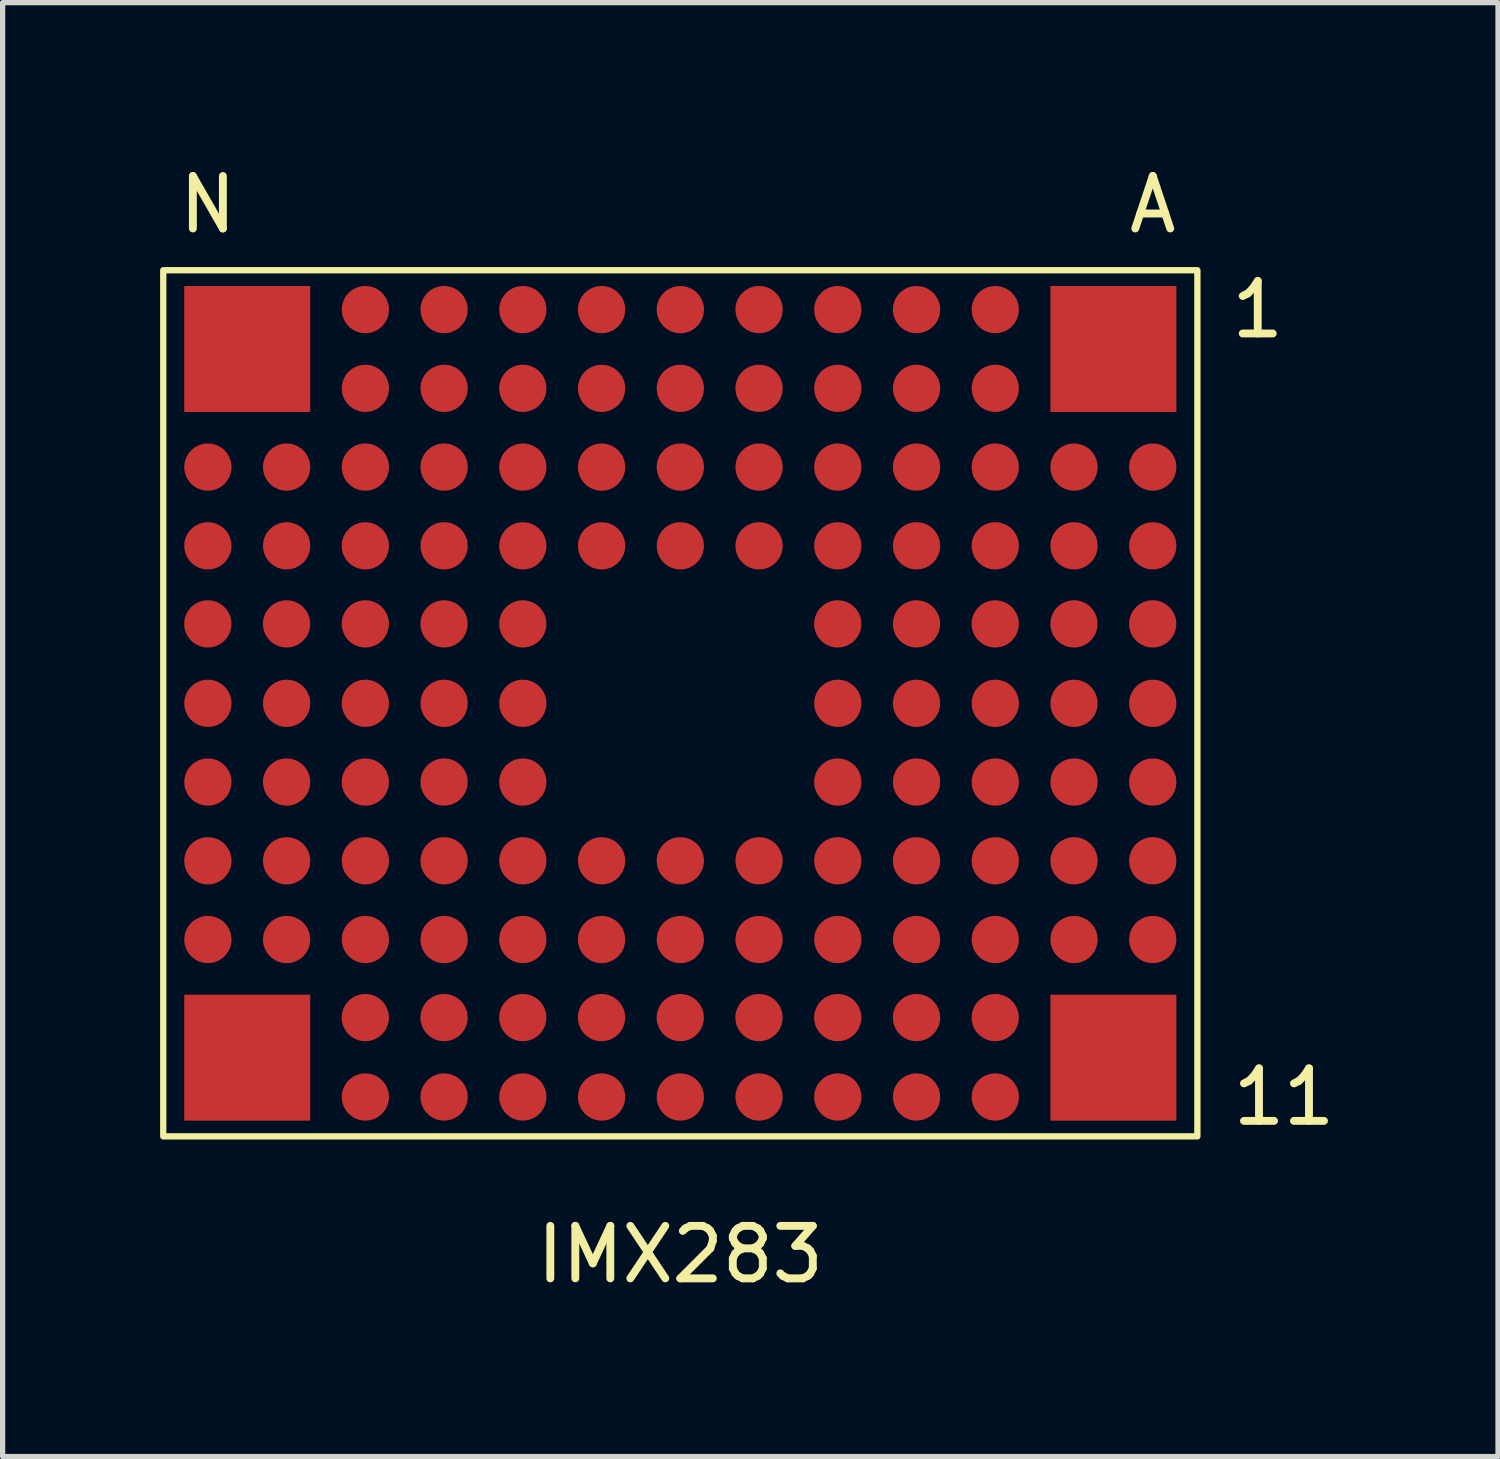
<source format=kicad_pcb>
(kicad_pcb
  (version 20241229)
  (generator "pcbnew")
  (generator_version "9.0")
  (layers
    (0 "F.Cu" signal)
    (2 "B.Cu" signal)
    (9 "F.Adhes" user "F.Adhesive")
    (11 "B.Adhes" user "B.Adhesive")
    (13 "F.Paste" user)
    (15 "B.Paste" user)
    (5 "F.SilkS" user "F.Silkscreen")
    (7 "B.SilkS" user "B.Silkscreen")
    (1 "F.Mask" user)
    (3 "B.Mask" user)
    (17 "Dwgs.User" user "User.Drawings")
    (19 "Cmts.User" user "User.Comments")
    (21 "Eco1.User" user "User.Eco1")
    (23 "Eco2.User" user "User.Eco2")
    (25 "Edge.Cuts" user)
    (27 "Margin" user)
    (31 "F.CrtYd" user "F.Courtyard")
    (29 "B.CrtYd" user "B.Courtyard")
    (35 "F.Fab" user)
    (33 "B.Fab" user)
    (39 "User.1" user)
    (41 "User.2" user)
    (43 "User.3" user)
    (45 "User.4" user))
  (footprint "IMX283"
    (layer "F.Cu")
    (at 9.91 10.348)
    (property "Reference" "IMX283" (at 0 10.5 0) (unlocked yes) (layer "F.SilkS") (effects (font (size 1 1) (thickness 0.15))))
    (attr smd)
    (fp_rect (start -9.85 -8.25) (end 9.85 8.25) (stroke (width 0.12) (type solid)) (fill no) (layer "F.SilkS"))
    (fp_text user "1" (at 11 -7.5 0) (unlocked yes) (layer "F.SilkS") (effects (font (size 1 1) (thickness 0.15))))
    (fp_text user "11" (at 11.5 7.5 0) (unlocked yes) (layer "F.SilkS") (effects (font (size 1 1) (thickness 0.15))))
    (fp_text user "A" (at 9 -9.5 0) (unlocked yes) (layer "F.SilkS") (effects (font (size 1 1) (thickness 0.15))))
    (fp_text user "N" (at -9 -9.5 0) (unlocked yes) (layer "F.SilkS") (effects (font (size 1 1) (thickness 0.15))))
    (pad "A3" smd circle (at 9 -4.5) (size 0.9 0.9) (layers "F.Cu" "F.Mask" "F.Paste"))
    (pad "A4" smd circle (at 9 -3) (size 0.9 0.9) (layers "F.Cu" "F.Mask" "F.Paste"))
    (pad "A5" smd circle (at 8.999 -1.513) (size 0.9 0.9) (layers "F.Cu" "F.Mask" "F.Paste"))
    (pad "A6" smd circle (at 9 0) (size 0.9 0.9) (layers "F.Cu" "F.Mask" "F.Paste"))
    (pad "A7" smd circle (at 9 1.5) (size 0.9 0.9) (layers "F.Cu" "F.Mask" "F.Paste"))
    (pad "A8" smd circle (at 9 3) (size 0.9 0.9) (layers "F.Cu" "F.Mask" "F.Paste"))
    (pad "A9" smd circle (at 9 4.5) (size 0.9 0.9) (layers "F.Cu" "F.Mask" "F.Paste"))
    (pad "B3" smd circle (at 7.5 -4.5) (size 0.9 0.9) (layers "F.Cu" "F.Mask" "F.Paste"))
    (pad "B4" smd circle (at 7.5 -3) (size 0.9 0.9) (layers "F.Cu" "F.Mask" "F.Paste"))
    (pad "B5" smd circle (at 7.499 -1.513) (size 0.9 0.9) (layers "F.Cu" "F.Mask" "F.Paste"))
    (pad "B6" smd circle (at 7.5 0) (size 0.9 0.9) (layers "F.Cu" "F.Mask" "F.Paste"))
    (pad "B7" smd circle (at 7.5 1.5) (size 0.9 0.9) (layers "F.Cu" "F.Mask" "F.Paste"))
    (pad "B8" smd circle (at 7.5 3) (size 0.9 0.9) (layers "F.Cu" "F.Mask" "F.Paste"))
    (pad "B9" smd circle (at 7.5 4.5) (size 0.9 0.9) (layers "F.Cu" "F.Mask" "F.Paste"))
    (pad "C1" smd circle (at 6 -7.5) (size 0.9 0.9) (layers "F.Cu" "F.Mask" "F.Paste"))
    (pad "C2" smd circle (at 6 -6) (size 0.9 0.9) (layers "F.Cu" "F.Mask" "F.Paste"))
    (pad "C3" smd circle (at 6 -4.5) (size 0.9 0.9) (layers "F.Cu" "F.Mask" "F.Paste"))
    (pad "C4" smd circle (at 6 -3) (size 0.9 0.9) (layers "F.Cu" "F.Mask" "F.Paste"))
    (pad "C5" smd circle (at 5.999 -1.513) (size 0.9 0.9) (layers "F.Cu" "F.Mask" "F.Paste"))
    (pad "C6" smd circle (at 6 0) (size 0.9 0.9) (layers "F.Cu" "F.Mask" "F.Paste"))
    (pad "C7" smd circle (at 6 1.5) (size 0.9 0.9) (layers "F.Cu" "F.Mask" "F.Paste"))
    (pad "C8" smd circle (at 6 3) (size 0.9 0.9) (layers "F.Cu" "F.Mask" "F.Paste"))
    (pad "C9" smd circle (at 6 4.5) (size 0.9 0.9) (layers "F.Cu" "F.Mask" "F.Paste"))
    (pad "C10" smd circle (at 5.999 5.987) (size 0.9 0.9) (layers "F.Cu" "F.Mask" "F.Paste"))
    (pad "C11" smd circle (at 6 7.5) (size 0.9 0.9) (layers "F.Cu" "F.Mask" "F.Paste"))
    (pad "D1" smd circle (at 4.5 -7.5) (size 0.9 0.9) (layers "F.Cu" "F.Mask" "F.Paste"))
    (pad "D2" smd circle (at 4.5 -6) (size 0.9 0.9) (layers "F.Cu" "F.Mask" "F.Paste"))
    (pad "D3" smd circle (at 4.5 -4.5) (size 0.9 0.9) (layers "F.Cu" "F.Mask" "F.Paste"))
    (pad "D4" smd circle (at 4.5 -3) (size 0.9 0.9) (layers "F.Cu" "F.Mask" "F.Paste"))
    (pad "D5" smd circle (at 4.499 -1.513) (size 0.9 0.9) (layers "F.Cu" "F.Mask" "F.Paste"))
    (pad "D6" smd circle (at 4.5 0) (size 0.9 0.9) (layers "F.Cu" "F.Mask" "F.Paste"))
    (pad "D7" smd circle (at 4.5 1.5) (size 0.9 0.9) (layers "F.Cu" "F.Mask" "F.Paste"))
    (pad "D8" smd circle (at 4.5 3) (size 0.9 0.9) (layers "F.Cu" "F.Mask" "F.Paste"))
    (pad "D9" smd circle (at 4.5 4.5) (size 0.9 0.9) (layers "F.Cu" "F.Mask" "F.Paste"))
    (pad "D10" smd circle (at 4.499 5.987) (size 0.9 0.9) (layers "F.Cu" "F.Mask" "F.Paste"))
    (pad "D11" smd circle (at 4.5 7.5) (size 0.9 0.9) (layers "F.Cu" "F.Mask" "F.Paste"))
    (pad "E1" smd circle (at 3 -7.5) (size 0.9 0.9) (layers "F.Cu" "F.Mask" "F.Paste"))
    (pad "E2" smd circle (at 3 -6) (size 0.9 0.9) (layers "F.Cu" "F.Mask" "F.Paste"))
    (pad "E3" smd circle (at 3 -4.5) (size 0.9 0.9) (layers "F.Cu" "F.Mask" "F.Paste"))
    (pad "E4" smd circle (at 3 -3) (size 0.9 0.9) (layers "F.Cu" "F.Mask" "F.Paste"))
    (pad "E5" smd circle (at 2.999 -1.513) (size 0.9 0.9) (layers "F.Cu" "F.Mask" "F.Paste"))
    (pad "E6" smd circle (at 3 0) (size 0.9 0.9) (layers "F.Cu" "F.Mask" "F.Paste"))
    (pad "E7" smd circle (at 3 1.5) (size 0.9 0.9) (layers "F.Cu" "F.Mask" "F.Paste"))
    (pad "E8" smd circle (at 3 3) (size 0.9 0.9) (layers "F.Cu" "F.Mask" "F.Paste"))
    (pad "E9" smd circle (at 3 4.5) (size 0.9 0.9) (layers "F.Cu" "F.Mask" "F.Paste"))
    (pad "E10" smd circle (at 2.999 5.987) (size 0.9 0.9) (layers "F.Cu" "F.Mask" "F.Paste"))
    (pad "E11" smd circle (at 3 7.5) (size 0.9 0.9) (layers "F.Cu" "F.Mask" "F.Paste"))
    (pad "F1" smd circle (at 1.5 -7.5) (size 0.9 0.9) (layers "F.Cu" "F.Mask" "F.Paste"))
    (pad "F2" smd circle (at 1.5 -6) (size 0.9 0.9) (layers "F.Cu" "F.Mask" "F.Paste"))
    (pad "F3" smd circle (at 1.5 -4.5) (size 0.9 0.9) (layers "F.Cu" "F.Mask" "F.Paste"))
    (pad "F4" smd circle (at 1.5 -3) (size 0.9 0.9) (layers "F.Cu" "F.Mask" "F.Paste"))
    (pad "F8" smd circle (at 1.5 3) (size 0.9 0.9) (layers "F.Cu" "F.Mask" "F.Paste"))
    (pad "F9" smd circle (at 1.5 4.5) (size 0.9 0.9) (layers "F.Cu" "F.Mask" "F.Paste"))
    (pad "F10" smd circle (at 1.499 5.987) (size 0.9 0.9) (layers "F.Cu" "F.Mask" "F.Paste"))
    (pad "F11" smd circle (at 1.5 7.5) (size 0.9 0.9) (layers "F.Cu" "F.Mask" "F.Paste"))
    (pad "G1" smd circle (at 0 -7.5) (size 0.9 0.9) (layers "F.Cu" "F.Mask" "F.Paste"))
    (pad "G2" smd circle (at 0 -6) (size 0.9 0.9) (layers "F.Cu" "F.Mask" "F.Paste"))
    (pad "G3" smd circle (at 0 -4.5) (size 0.9 0.9) (layers "F.Cu" "F.Mask" "F.Paste"))
    (pad "G4" smd circle (at 0 -3) (size 0.9 0.9) (layers "F.Cu" "F.Mask" "F.Paste"))
    (pad "G8" smd circle (at 0 3) (size 0.9 0.9) (layers "F.Cu" "F.Mask" "F.Paste"))
    (pad "G9" smd circle (at 0 4.5) (size 0.9 0.9) (layers "F.Cu" "F.Mask" "F.Paste"))
    (pad "G10" smd circle (at -0.001 5.987) (size 0.9 0.9) (layers "F.Cu" "F.Mask" "F.Paste"))
    (pad "G11" smd circle (at 0 7.5) (size 0.9 0.9) (layers "F.Cu" "F.Mask" "F.Paste"))
    (pad "H1" smd circle (at -1.5 -7.5) (size 0.9 0.9) (layers "F.Cu" "F.Mask" "F.Paste"))
    (pad "H2" smd circle (at -1.5 -6) (size 0.9 0.9) (layers "F.Cu" "F.Mask" "F.Paste"))
    (pad "H3" smd circle (at -1.5 -4.5) (size 0.9 0.9) (layers "F.Cu" "F.Mask" "F.Paste"))
    (pad "H4" smd circle (at -1.5 -3) (size 0.9 0.9) (layers "F.Cu" "F.Mask" "F.Paste"))
    (pad "H8" smd circle (at -1.5 3) (size 0.9 0.9) (layers "F.Cu" "F.Mask" "F.Paste"))
    (pad "H9" smd circle (at -1.5 4.5) (size 0.9 0.9) (layers "F.Cu" "F.Mask" "F.Paste"))
    (pad "H10" smd circle (at -1.501 5.987) (size 0.9 0.9) (layers "F.Cu" "F.Mask" "F.Paste"))
    (pad "H11" smd circle (at -1.5 7.5) (size 0.9 0.9) (layers "F.Cu" "F.Mask" "F.Paste"))
    (pad "J1" smd circle (at -3 -7.5) (size 0.9 0.9) (layers "F.Cu" "F.Mask" "F.Paste"))
    (pad "J2" smd circle (at -3 -6) (size 0.9 0.9) (layers "F.Cu" "F.Mask" "F.Paste"))
    (pad "J3" smd circle (at -3 -4.5) (size 0.9 0.9) (layers "F.Cu" "F.Mask" "F.Paste"))
    (pad "J4" smd circle (at -3 -3) (size 0.9 0.9) (layers "F.Cu" "F.Mask" "F.Paste"))
    (pad "J5" smd circle (at -3.001 -1.513) (size 0.9 0.9) (layers "F.Cu" "F.Mask" "F.Paste"))
    (pad "J6" smd circle (at -3 0) (size 0.9 0.9) (layers "F.Cu" "F.Mask" "F.Paste"))
    (pad "J7" smd circle (at -3 1.5) (size 0.9 0.9) (layers "F.Cu" "F.Mask" "F.Paste"))
    (pad "J8" smd circle (at -3 3) (size 0.9 0.9) (layers "F.Cu" "F.Mask" "F.Paste"))
    (pad "J9" smd circle (at -3 4.5) (size 0.9 0.9) (layers "F.Cu" "F.Mask" "F.Paste"))
    (pad "J10" smd circle (at -3.001 5.987) (size 0.9 0.9) (layers "F.Cu" "F.Mask" "F.Paste"))
    (pad "J11" smd circle (at -3 7.5) (size 0.9 0.9) (layers "F.Cu" "F.Mask" "F.Paste"))
    (pad "K1" smd circle (at -4.5 -7.5) (size 0.9 0.9) (layers "F.Cu" "F.Mask" "F.Paste"))
    (pad "K2" smd circle (at -4.5 -6) (size 0.9 0.9) (layers "F.Cu" "F.Mask" "F.Paste"))
    (pad "K3" smd circle (at -4.5 -4.5) (size 0.9 0.9) (layers "F.Cu" "F.Mask" "F.Paste"))
    (pad "K4" smd circle (at -4.5 -3) (size 0.9 0.9) (layers "F.Cu" "F.Mask" "F.Paste"))
    (pad "K5" smd circle (at -4.501 -1.513) (size 0.9 0.9) (layers "F.Cu" "F.Mask" "F.Paste"))
    (pad "K6" smd circle (at -4.5 0) (size 0.9 0.9) (layers "F.Cu" "F.Mask" "F.Paste"))
    (pad "K7" smd circle (at -4.5 1.5) (size 0.9 0.9) (layers "F.Cu" "F.Mask" "F.Paste"))
    (pad "K8" smd circle (at -4.5 3) (size 0.9 0.9) (layers "F.Cu" "F.Mask" "F.Paste"))
    (pad "K9" smd circle (at -4.5 4.5) (size 0.9 0.9) (layers "F.Cu" "F.Mask" "F.Paste"))
    (pad "K10" smd circle (at -4.501 5.987) (size 0.9 0.9) (layers "F.Cu" "F.Mask" "F.Paste"))
    (pad "K11" smd circle (at -4.5 7.5) (size 0.9 0.9) (layers "F.Cu" "F.Mask" "F.Paste"))
    (pad "L1" smd circle (at -6 -7.5) (size 0.9 0.9) (layers "F.Cu" "F.Mask" "F.Paste"))
    (pad "L2" smd circle (at -6 -6) (size 0.9 0.9) (layers "F.Cu" "F.Mask" "F.Paste"))
    (pad "L3" smd circle (at -6 -4.5) (size 0.9 0.9) (layers "F.Cu" "F.Mask" "F.Paste"))
    (pad "L4" smd circle (at -6 -3) (size 0.9 0.9) (layers "F.Cu" "F.Mask" "F.Paste"))
    (pad "L5" smd circle (at -6.001 -1.513) (size 0.9 0.9) (layers "F.Cu" "F.Mask" "F.Paste"))
    (pad "L6" smd circle (at -6 0) (size 0.9 0.9) (layers "F.Cu" "F.Mask" "F.Paste"))
    (pad "L7" smd circle (at -6 1.5) (size 0.9 0.9) (layers "F.Cu" "F.Mask" "F.Paste"))
    (pad "L8" smd circle (at -6 3) (size 0.9 0.9) (layers "F.Cu" "F.Mask" "F.Paste"))
    (pad "L9" smd circle (at -6 4.5) (size 0.9 0.9) (layers "F.Cu" "F.Mask" "F.Paste"))
    (pad "L10" smd circle (at -6.001 5.987) (size 0.9 0.9) (layers "F.Cu" "F.Mask" "F.Paste"))
    (pad "L11" smd circle (at -6 7.5) (size 0.9 0.9) (layers "F.Cu" "F.Mask" "F.Paste"))
    (pad "M3" smd circle (at -7.5 -4.5) (size 0.9 0.9) (layers "F.Cu" "F.Mask" "F.Paste"))
    (pad "M4" smd circle (at -7.5 -3) (size 0.9 0.9) (layers "F.Cu" "F.Mask" "F.Paste"))
    (pad "M5" smd circle (at -7.501 -1.513) (size 0.9 0.9) (layers "F.Cu" "F.Mask" "F.Paste"))
    (pad "M6" smd circle (at -7.5 0) (size 0.9 0.9) (layers "F.Cu" "F.Mask" "F.Paste"))
    (pad "M7" smd circle (at -7.5 1.5) (size 0.9 0.9) (layers "F.Cu" "F.Mask" "F.Paste"))
    (pad "M8" smd circle (at -7.5 3) (size 0.9 0.9) (layers "F.Cu" "F.Mask" "F.Paste"))
    (pad "M9" smd circle (at -7.5 4.5) (size 0.9 0.9) (layers "F.Cu" "F.Mask" "F.Paste"))
    (pad "N3" smd circle (at -9 -4.5) (size 0.9 0.9) (layers "F.Cu" "F.Mask" "F.Paste"))
    (pad "N4" smd circle (at -9 -3) (size 0.9 0.9) (layers "F.Cu" "F.Mask" "F.Paste"))
    (pad "N5" smd circle (at -9.001 -1.513) (size 0.9 0.9) (layers "F.Cu" "F.Mask" "F.Paste"))
    (pad "N6" smd circle (at -9 0) (size 0.9 0.9) (layers "F.Cu" "F.Mask" "F.Paste"))
    (pad "N7" smd circle (at -9 1.5) (size 0.9 0.9) (layers "F.Cu" "F.Mask" "F.Paste"))
    (pad "N8" smd circle (at -9 3) (size 0.9 0.9) (layers "F.Cu" "F.Mask" "F.Paste"))
    (pad "N9" smd circle (at -9 4.5) (size 0.9 0.9) (layers "F.Cu" "F.Mask" "F.Paste"))
    (pad "NC" smd rect (at -8.25 -6.75) (size 2.4 2.4) (layers "F.Cu" "F.Mask" "F.Paste"))
    (pad "NC" smd rect (at -8.25 6.75) (size 2.4 2.4) (layers "F.Cu" "F.Mask" "F.Paste"))
    (pad "NC" smd rect (at 8.25 -6.75) (size 2.4 2.4) (layers "F.Cu" "F.Mask" "F.Paste"))
    (pad "NC" smd rect (at 8.25 6.75) (size 2.4 2.4) (layers "F.Cu" "F.Mask" "F.Paste")))
  (gr_rect
    (start -3 -3)
    (end 25.487 24.697)
    (stroke (width 0.1) (type default))
    (fill no)
    (layer "Edge.Cuts")))
</source>
